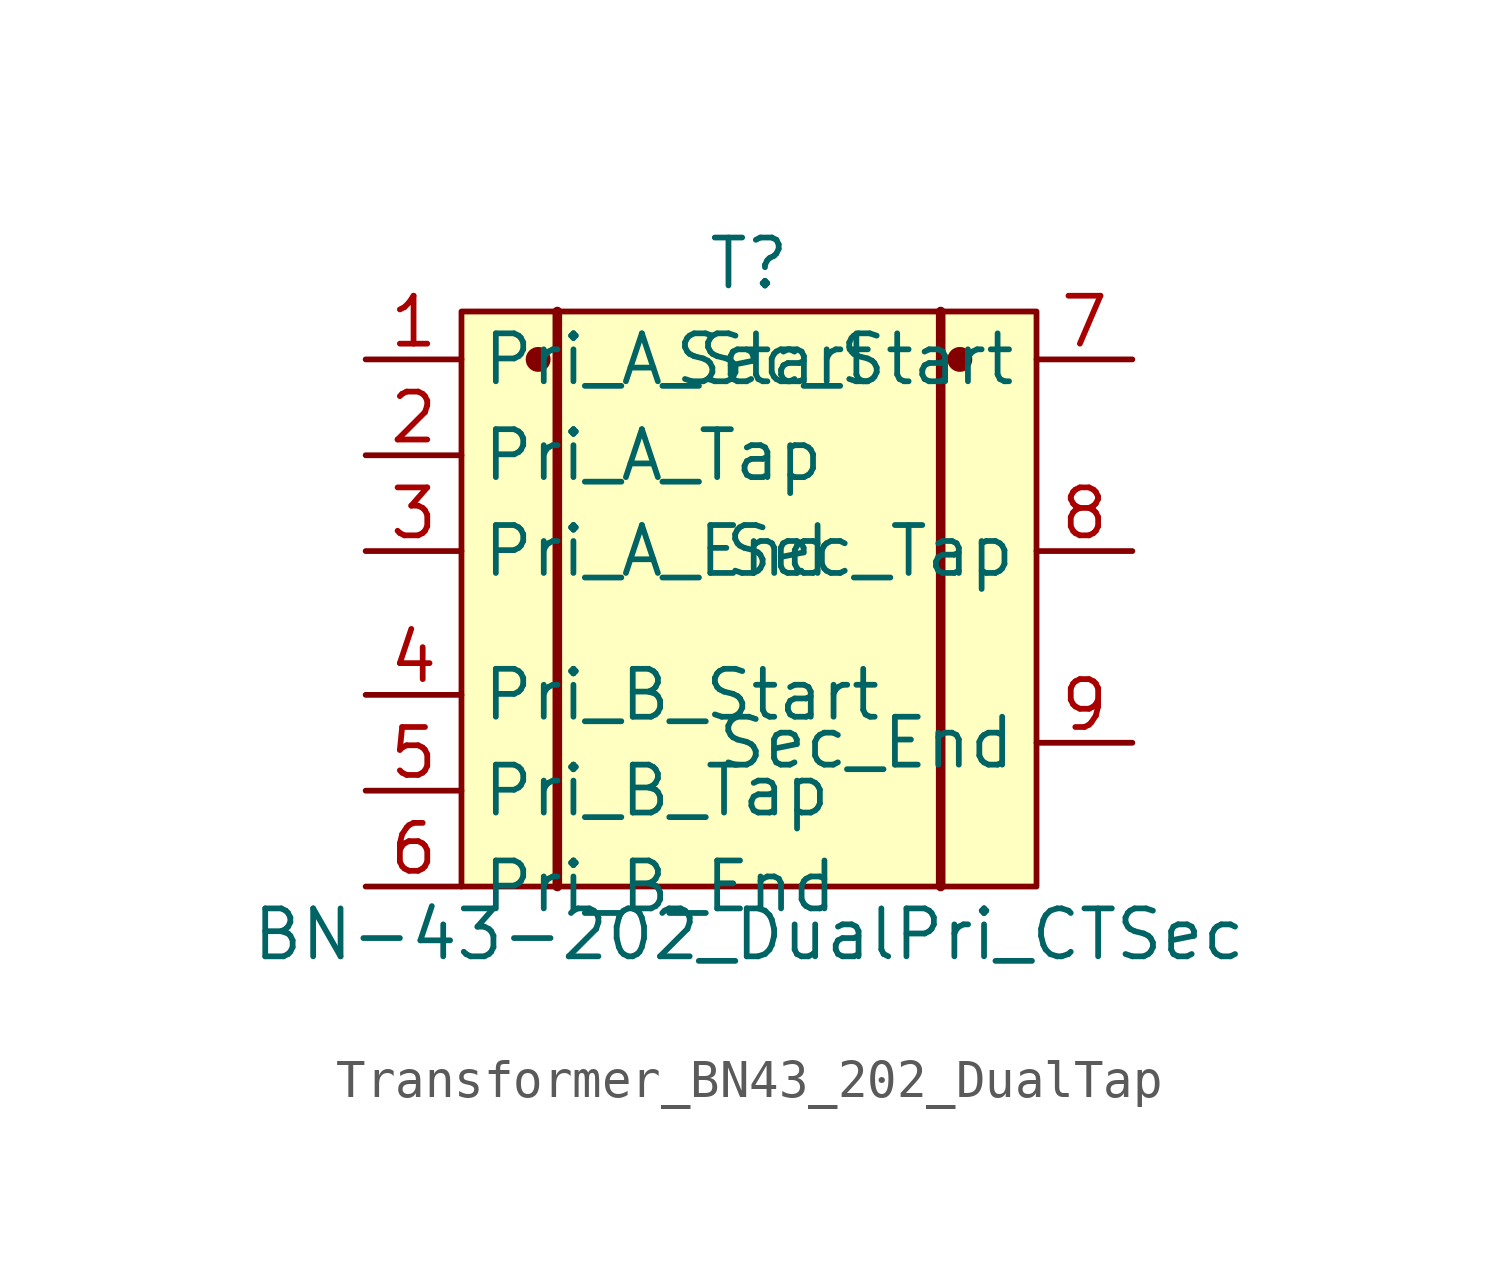
<source format=kicad_sym>
(kicad_symbol_lib
  (version 20211014)
  (generator kicad_symbol_editor)
  (symbol "Transformer_BN43_202_DualTap"
    (property "Reference" "T"
      (at 0 7.62 0)
      (effects (font (size 1.27 1.27))))
    (property "Value" "BN-43-202_DualPri_CTSec"
      (at 0 -10.16 0)
      (effects (font (size 1.27 1.27))))
    (symbol "Transformer_BN43_202_DualTap_1_1"
      (rectangle (start -7.62 6.35) (end 7.62 -8.89) (stroke (width 0) (type default) (color 0 0 0 0)) (fill (type background)))
      (polyline (pts (xy -5.08 6.35) (xy -5.08 -8.89)) (stroke (width 0.254) (type default) (color 0 0 0 0)) (fill (type none)))
      (polyline (pts (xy 5.08 6.35) (xy 5.08 -8.89)) (stroke (width 0.254) (type default) (color 0 0 0 0)) (fill (type none)))
      (circle (center -5.588 5.08) (radius 0.254) (stroke (width 0) (type default) (color 0 0 0 0)) (fill (type outline)))
      (circle (center 5.588 5.08) (radius 0.254) (stroke (width 0) (type default) (color 0 0 0 0)) (fill (type outline)))
      (pin passive line (at -10.16 5.08 0) (length 2.54) (name "Pri_A_Start" (effects (font (size 1.27 1.27)))) (number "1" (effects (font (size 1.27 1.27)))))
      (pin passive line (at -10.16 2.54 0) (length 2.54) (name "Pri_A_Tap" (effects (font (size 1.27 1.27)))) (number "2" (effects (font (size 1.27 1.27)))))
      (pin passive line (at -10.16 0 0) (length 2.54) (name "Pri_A_End" (effects (font (size 1.27 1.27)))) (number "3" (effects (font (size 1.27 1.27)))))
      (pin passive line (at -10.16 -3.81 0) (length 2.54) (name "Pri_B_Start" (effects (font (size 1.27 1.27)))) (number "4" (effects (font (size 1.27 1.27)))))
      (pin passive line (at -10.16 -6.35 0) (length 2.54) (name "Pri_B_Tap" (effects (font (size 1.27 1.27)))) (number "5" (effects (font (size 1.27 1.27)))))
      (pin passive line (at -10.16 -8.89 0) (length 2.54) (name "Pri_B_End" (effects (font (size 1.27 1.27)))) (number "6" (effects (font (size 1.27 1.27)))))
      (pin passive line (at 10.16 5.08 180) (length 2.54) (name "Sec_Start" (effects (font (size 1.27 1.27)))) (number "7" (effects (font (size 1.27 1.27)))))
      (pin passive line (at 10.16 0 180) (length 2.54) (name "Sec_Tap" (effects (font (size 1.27 1.27)))) (number "8" (effects (font (size 1.27 1.27)))))
      (pin passive line (at 10.16 -5.08 180) (length 2.54) (name "Sec_End" (effects (font (size 1.27 1.27)))) (number "9" (effects (font (size 1.27 1.27))))))))
</source>
